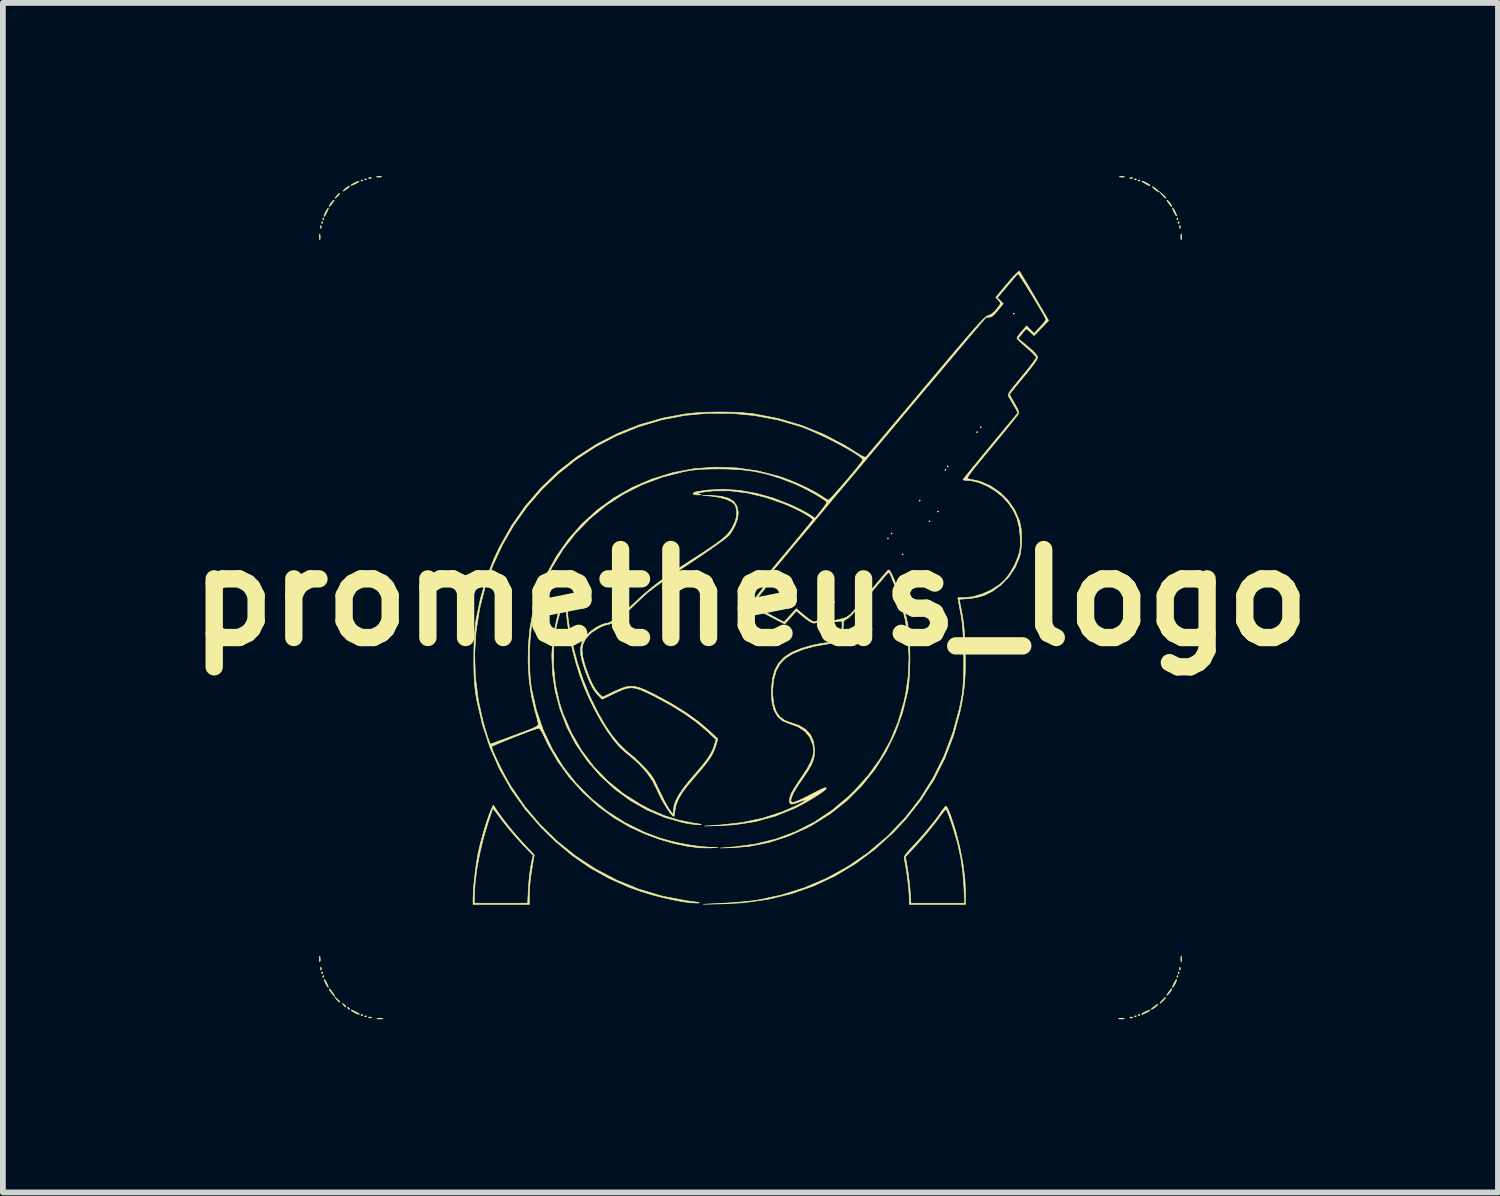
<source format=kicad_pcb>
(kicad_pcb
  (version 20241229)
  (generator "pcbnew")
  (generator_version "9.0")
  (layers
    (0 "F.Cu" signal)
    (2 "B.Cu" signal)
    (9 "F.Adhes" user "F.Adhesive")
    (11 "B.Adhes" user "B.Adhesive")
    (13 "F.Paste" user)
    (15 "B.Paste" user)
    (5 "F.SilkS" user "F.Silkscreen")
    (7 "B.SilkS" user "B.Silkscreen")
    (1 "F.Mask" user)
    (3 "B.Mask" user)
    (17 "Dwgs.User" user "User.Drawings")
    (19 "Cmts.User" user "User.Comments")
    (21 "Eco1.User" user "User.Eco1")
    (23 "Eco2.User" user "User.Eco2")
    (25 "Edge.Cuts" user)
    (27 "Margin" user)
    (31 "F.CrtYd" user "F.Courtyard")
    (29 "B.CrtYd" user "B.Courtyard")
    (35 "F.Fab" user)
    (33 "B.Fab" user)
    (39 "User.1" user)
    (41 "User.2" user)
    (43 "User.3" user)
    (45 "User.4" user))
  (footprint "prometheus_logo"
    (layer "F.Cu")
    (at 9.95 7.304)
    (property "Reference" "prometheus_logo" (at 0 0 0) (layer "F.SilkS") (effects (font (size 1.524 1.524) (thickness 0.3))))
    (attr through_hole)
    (fp_poly (pts (xy 1.397 0.159) (xy 1.386 0.169) (xy 1.376 0.159) (xy 1.386 0.148) (xy 1.397 0.159)) (stroke (width 0.01) (type solid)) (fill yes) (layer "F.SilkS"))
    (fp_poly (pts (xy 1.46 0.074) (xy 1.45 0.085) (xy 1.439 0.074) (xy 1.45 0.064) (xy 1.46 0.074)) (stroke (width 0.01) (type solid)) (fill yes) (layer "F.SilkS"))
    (fp_poly (pts (xy 1.841 -0.37) (xy 1.831 -0.36) (xy 1.82 -0.37) (xy 1.831 -0.381) (xy 1.841 -0.37)) (stroke (width 0.01) (type solid)) (fill yes) (layer "F.SilkS"))
    (fp_poly (pts (xy 1.884 -0.434) (xy 1.873 -0.423) (xy 1.863 -0.434) (xy 1.873 -0.445) (xy 1.884 -0.434)) (stroke (width 0.01) (type solid)) (fill yes) (layer "F.SilkS"))
    (fp_poly (pts (xy 2.392 -1.027) (xy 2.381 -1.016) (xy 2.371 -1.027) (xy 2.381 -1.037) (xy 2.392 -1.027)) (stroke (width 0.01) (type solid)) (fill yes) (layer "F.SilkS"))
    (fp_poly (pts (xy 2.455 -1.111) (xy 2.445 -1.101) (xy 2.434 -1.111) (xy 2.445 -1.122) (xy 2.455 -1.111)) (stroke (width 0.01) (type solid)) (fill yes) (layer "F.SilkS"))
    (fp_poly (pts (xy 2.646 -0.751) (xy 2.635 -0.741) (xy 2.625 -0.751) (xy 2.635 -0.762) (xy 2.646 -0.751)) (stroke (width 0.01) (type solid)) (fill yes) (layer "F.SilkS"))
    (fp_poly (pts (xy 2.942 -1.683) (xy 2.932 -1.672) (xy 2.921 -1.683) (xy 2.932 -1.693) (xy 2.942 -1.683)) (stroke (width 0.01) (type solid)) (fill yes) (layer "F.SilkS"))
    (fp_poly (pts (xy 3.111 -1.323) (xy 3.101 -1.312) (xy 3.09 -1.323) (xy 3.101 -1.333) (xy 3.111 -1.323)) (stroke (width 0.01) (type solid)) (fill yes) (layer "F.SilkS"))
    (fp_poly (pts (xy 3.26 -1.492) (xy 3.249 -1.482) (xy 3.239 -1.492) (xy 3.249 -1.503) (xy 3.26 -1.492)) (stroke (width 0.01) (type solid)) (fill yes) (layer "F.SilkS"))
    (fp_poly (pts (xy 3.387 -2.212) (xy 3.376 -2.201) (xy 3.365 -2.212) (xy 3.376 -2.223) (xy 3.387 -2.212)) (stroke (width 0.01) (type solid)) (fill yes) (layer "F.SilkS"))
    (fp_poly (pts (xy 3.429 -2.275) (xy 3.418 -2.265) (xy 3.408 -2.275) (xy 3.418 -2.286) (xy 3.429 -2.275)) (stroke (width 0.01) (type solid)) (fill yes) (layer "F.SilkS"))
    (fp_poly (pts (xy 3.937 -2.868) (xy 3.926 -2.857) (xy 3.916 -2.868) (xy 3.926 -2.879) (xy 3.937 -2.868)) (stroke (width 0.01) (type solid)) (fill yes) (layer "F.SilkS"))
    (fp_poly (pts (xy 4 -2.953) (xy 3.99 -2.942) (xy 3.979 -2.953) (xy 3.99 -2.963) (xy 4 -2.953)) (stroke (width 0.01) (type solid)) (fill yes) (layer "F.SilkS"))
    (fp_poly (pts (xy 4.572 -4.921) (xy 4.561 -4.911) (xy 4.551 -4.921) (xy 4.561 -4.932) (xy 4.572 -4.921)) (stroke (width 0.01) (type solid)) (fill yes) (layer "F.SilkS"))
    (fp_poly (pts (xy -7.436 -6.439) (xy -7.434 -6.406) (xy -7.438 -6.398) (xy -7.447 -6.404) (xy -7.449 -6.426) (xy -7.444 -6.448) (xy -7.436 -6.439)) (stroke (width 0.01) (type solid)) (fill yes) (layer "F.SilkS"))
    (fp_poly (pts (xy -7.436 6.41) (xy -7.434 6.443) (xy -7.438 6.45) (xy -7.447 6.444) (xy -7.449 6.422) (xy -7.444 6.4) (xy -7.436 6.41)) (stroke (width 0.01) (type solid)) (fill yes) (layer "F.SilkS"))
    (fp_poly (pts (xy -7.415 -6.512) (xy -7.413 -6.487) (xy -7.415 -6.484) (xy -7.428 -6.487) (xy -7.429 -6.498) (xy -7.422 -6.516) (xy -7.415 -6.512)) (stroke (width 0.01) (type solid)) (fill yes) (layer "F.SilkS"))
    (fp_poly (pts (xy -7.415 6.484) (xy -7.413 6.509) (xy -7.415 6.512) (xy -7.428 6.509) (xy -7.429 6.498) (xy -7.422 6.481) (xy -7.415 6.484)) (stroke (width 0.01) (type solid)) (fill yes) (layer "F.SilkS"))
    (fp_poly (pts (xy -7.394 -6.576) (xy -7.392 -6.551) (xy -7.394 -6.548) (xy -7.407 -6.55) (xy -7.408 -6.562) (xy -7.401 -6.579) (xy -7.394 -6.576)) (stroke (width 0.01) (type solid)) (fill yes) (layer "F.SilkS"))
    (fp_poly (pts (xy -7.394 6.548) (xy -7.392 6.573) (xy -7.394 6.576) (xy -7.407 6.573) (xy -7.408 6.562) (xy -7.401 6.544) (xy -7.394 6.548)) (stroke (width 0.01) (type solid)) (fill yes) (layer "F.SilkS"))
    (fp_poly (pts (xy -6.717 -7.232) (xy -6.72 -7.219) (xy -6.731 -7.218) (xy -6.748 -7.226) (xy -6.745 -7.232) (xy -6.72 -7.234) (xy -6.717 -7.232)) (stroke (width 0.01) (type solid)) (fill yes) (layer "F.SilkS"))
    (fp_poly (pts (xy -6.717 7.225) (xy -6.72 7.237) (xy -6.731 7.239) (xy -6.748 7.231) (xy -6.745 7.225) (xy -6.72 7.222) (xy -6.717 7.225)) (stroke (width 0.01) (type solid)) (fill yes) (layer "F.SilkS"))
    (fp_poly (pts (xy -6.653 -7.253) (xy -6.656 -7.241) (xy -6.668 -7.239) (xy -6.685 -7.247) (xy -6.682 -7.253) (xy -6.656 -7.256) (xy -6.653 -7.253)) (stroke (width 0.01) (type solid)) (fill yes) (layer "F.SilkS"))
    (fp_poly (pts (xy -6.653 7.246) (xy -6.656 7.259) (xy -6.668 7.26) (xy -6.685 7.252) (xy -6.682 7.246) (xy -6.656 7.244) (xy -6.653 7.246)) (stroke (width 0.01) (type solid)) (fill yes) (layer "F.SilkS"))
    (fp_poly (pts (xy -6.567 -7.273) (xy -6.574 -7.263) (xy -6.595 -7.262) (xy -6.618 -7.267) (xy -6.608 -7.275) (xy -6.575 -7.277) (xy -6.567 -7.273)) (stroke (width 0.01) (type solid)) (fill yes) (layer "F.SilkS"))
    (fp_poly (pts (xy -6.567 7.269) (xy -6.574 7.278) (xy -6.595 7.28) (xy -6.618 7.274) (xy -6.608 7.267) (xy -6.575 7.264) (xy -6.567 7.269)) (stroke (width 0.01) (type solid)) (fill yes) (layer "F.SilkS"))
    (fp_poly (pts (xy 6.619 -7.273) (xy 6.613 -7.263) (xy 6.592 -7.262) (xy 6.569 -7.267) (xy 6.579 -7.275) (xy 6.612 -7.277) (xy 6.619 -7.273)) (stroke (width 0.01) (type solid)) (fill yes) (layer "F.SilkS"))
    (fp_poly (pts (xy 6.619 7.269) (xy 6.613 7.278) (xy 6.592 7.28) (xy 6.569 7.274) (xy 6.579 7.267) (xy 6.612 7.264) (xy 6.619 7.269)) (stroke (width 0.01) (type solid)) (fill yes) (layer "F.SilkS"))
    (fp_poly (pts (xy 6.682 -7.253) (xy 6.679 -7.241) (xy 6.668 -7.239) (xy 6.65 -7.247) (xy 6.653 -7.253) (xy 6.679 -7.256) (xy 6.682 -7.253)) (stroke (width 0.01) (type solid)) (fill yes) (layer "F.SilkS"))
    (fp_poly (pts (xy 6.682 7.246) (xy 6.679 7.259) (xy 6.668 7.26) (xy 6.65 7.252) (xy 6.653 7.246) (xy 6.679 7.244) (xy 6.682 7.246)) (stroke (width 0.01) (type solid)) (fill yes) (layer "F.SilkS"))
    (fp_poly (pts (xy 6.745 -7.232) (xy 6.742 -7.219) (xy 6.731 -7.218) (xy 6.714 -7.226) (xy 6.717 -7.232) (xy 6.742 -7.234) (xy 6.745 -7.232)) (stroke (width 0.01) (type solid)) (fill yes) (layer "F.SilkS"))
    (fp_poly (pts (xy 6.745 7.225) (xy 6.742 7.237) (xy 6.731 7.239) (xy 6.714 7.231) (xy 6.717 7.225) (xy 6.742 7.222) (xy 6.745 7.225)) (stroke (width 0.01) (type solid)) (fill yes) (layer "F.SilkS"))
    (fp_poly (pts (xy 7.401 -6.576) (xy 7.404 -6.551) (xy 7.401 -6.548) (xy 7.389 -6.55) (xy 7.387 -6.562) (xy 7.395 -6.579) (xy 7.401 -6.576)) (stroke (width 0.01) (type solid)) (fill yes) (layer "F.SilkS"))
    (fp_poly (pts (xy 7.401 6.548) (xy 7.404 6.573) (xy 7.401 6.576) (xy 7.389 6.573) (xy 7.387 6.562) (xy 7.395 6.544) (xy 7.401 6.548)) (stroke (width 0.01) (type solid)) (fill yes) (layer "F.SilkS"))
    (fp_poly (pts (xy 7.422 -6.512) (xy 7.425 -6.487) (xy 7.422 -6.484) (xy 7.41 -6.487) (xy 7.408 -6.498) (xy 7.416 -6.516) (xy 7.422 -6.512)) (stroke (width 0.01) (type solid)) (fill yes) (layer "F.SilkS"))
    (fp_poly (pts (xy 7.422 6.484) (xy 7.425 6.509) (xy 7.422 6.512) (xy 7.41 6.509) (xy 7.408 6.498) (xy 7.416 6.481) (xy 7.422 6.484)) (stroke (width 0.01) (type solid)) (fill yes) (layer "F.SilkS"))
    (fp_poly (pts (xy 7.444 -6.439) (xy 7.446 -6.406) (xy 7.442 -6.398) (xy 7.433 -6.404) (xy 7.431 -6.426) (xy 7.436 -6.448) (xy 7.444 -6.439)) (stroke (width 0.01) (type solid)) (fill yes) (layer "F.SilkS"))
    (fp_poly (pts (xy 7.444 6.41) (xy 7.446 6.443) (xy 7.442 6.45) (xy 7.433 6.444) (xy 7.431 6.422) (xy 7.436 6.4) (xy 7.444 6.41)) (stroke (width 0.01) (type solid)) (fill yes) (layer "F.SilkS"))
    (fp_poly (pts (xy -7.16 6.951) (xy -7.126 6.982) (xy -7.112 6.999) (xy -7.122 7.004) (xy -7.152 6.976) (xy -7.167 6.959) (xy -7.207 6.911) (xy -7.16 6.951)) (stroke (width 0.01) (type solid)) (fill yes) (layer "F.SilkS"))
    (fp_poly (pts (xy -6.967 7.099) (xy -6.945 7.119) (xy -6.943 7.124) (xy -6.953 7.133) (xy -6.974 7.113) (xy -6.976 7.109) (xy -6.979 7.094) (xy -6.967 7.099)) (stroke (width 0.01) (type solid)) (fill yes) (layer "F.SilkS"))
    (fp_poly (pts (xy -7.457 -6.292) (xy -7.453 -6.236) (xy -7.457 -6.207) (xy -7.463 -6.202) (xy -7.466 -6.232) (xy -7.466 -6.255) (xy -7.464 -6.296) (xy -7.46 -6.302) (xy -7.457 -6.292)) (stroke (width 0.01) (type solid)) (fill yes) (layer "F.SilkS"))
    (fp_poly (pts (xy -7.457 6.218) (xy -7.453 6.273) (xy -7.457 6.303) (xy -7.463 6.308) (xy -7.466 6.277) (xy -7.466 6.255) (xy -7.464 6.214) (xy -7.46 6.208) (xy -7.457 6.218)) (stroke (width 0.01) (type solid)) (fill yes) (layer "F.SilkS"))
    (fp_poly (pts (xy -7.12 -6.993) (xy -7.144 -6.964) (xy -7.176 -6.933) (xy -7.193 -6.921) (xy -7.188 -6.935) (xy -7.165 -6.964) (xy -7.133 -6.995) (xy -7.116 -7.006) (xy -7.12 -6.993)) (stroke (width 0.01) (type solid)) (fill yes) (layer "F.SilkS"))
    (fp_poly (pts (xy -7.059 7.034) (xy -7.043 7.046) (xy -7.01 7.077) (xy -7.01 7.09) (xy -7.014 7.091) (xy -7.032 7.076) (xy -7.051 7.054) (xy -7.07 7.029) (xy -7.059 7.034)) (stroke (width 0.01) (type solid)) (fill yes) (layer "F.SilkS"))
    (fp_poly (pts (xy -6.398 -7.296) (xy -6.391 -7.29) (xy -6.42 -7.286) (xy -6.435 -7.286) (xy -6.473 -7.288) (xy -6.478 -7.294) (xy -6.472 -7.296) (xy -6.418 -7.299) (xy -6.398 -7.296)) (stroke (width 0.01) (type solid)) (fill yes) (layer "F.SilkS"))
    (fp_poly (pts (xy -6.376 7.288) (xy -6.371 7.294) (xy -6.402 7.297) (xy -6.424 7.297) (xy -6.465 7.295) (xy -6.471 7.29) (xy -6.461 7.288) (xy -6.406 7.284) (xy -6.376 7.288)) (stroke (width 0.01) (type solid)) (fill yes) (layer "F.SilkS"))
    (fp_poly (pts (xy 6.472 -7.296) (xy 6.478 -7.29) (xy 6.449 -7.286) (xy 6.435 -7.286) (xy 6.396 -7.288) (xy 6.392 -7.294) (xy 6.398 -7.296) (xy 6.451 -7.299) (xy 6.472 -7.296)) (stroke (width 0.01) (type solid)) (fill yes) (layer "F.SilkS"))
    (fp_poly (pts (xy 6.472 7.288) (xy 6.477 7.294) (xy 6.447 7.297) (xy 6.424 7.297) (xy 6.383 7.295) (xy 6.377 7.29) (xy 6.387 7.288) (xy 6.442 7.284) (xy 6.472 7.288)) (stroke (width 0.01) (type solid)) (fill yes) (layer "F.SilkS"))
    (fp_poly (pts (xy 7.138 -6.987) (xy 7.176 -6.951) (xy 7.196 -6.93) (xy 7.197 -6.928) (xy 7.189 -6.923) (xy 7.163 -6.946) (xy 7.132 -6.98) (xy 7.08 -7.038) (xy 7.138 -6.987)) (stroke (width 0.01) (type solid)) (fill yes) (layer "F.SilkS"))
    (fp_poly (pts (xy 7.466 -6.292) (xy 7.469 -6.236) (xy 7.465 -6.207) (xy 7.459 -6.202) (xy 7.456 -6.232) (xy 7.456 -6.255) (xy 7.458 -6.296) (xy 7.463 -6.302) (xy 7.466 -6.292)) (stroke (width 0.01) (type solid)) (fill yes) (layer "F.SilkS"))
    (fp_poly (pts (xy 7.466 6.218) (xy 7.469 6.273) (xy 7.465 6.303) (xy 7.459 6.308) (xy 7.456 6.277) (xy 7.456 6.255) (xy 7.458 6.214) (xy 7.463 6.208) (xy 7.466 6.218)) (stroke (width 0.01) (type solid)) (fill yes) (layer "F.SilkS"))
    (fp_poly (pts (xy -7.224 -6.864) (xy -7.239 -6.842) (xy -7.277 -6.793) (xy -7.296 -6.775) (xy -7.295 -6.788) (xy -7.283 -6.812) (xy -7.249 -6.858) (xy -7.226 -6.881) (xy -7.211 -6.887) (xy -7.224 -6.864)) (stroke (width 0.01) (type solid)) (fill yes) (layer "F.SilkS"))
    (fp_poly (pts (xy -7.369 6.624) (xy -7.346 6.663) (xy -7.338 6.678) (xy -7.316 6.733) (xy -7.314 6.751) (xy -7.331 6.731) (xy -7.356 6.687) (xy -7.377 6.641) (xy -7.383 6.614) (xy -7.382 6.613) (xy -7.369 6.624)) (stroke (width 0.01) (type solid)) (fill yes) (layer "F.SilkS"))
    (fp_poly (pts (xy -7.281 6.789) (xy -7.25 6.826) (xy -7.242 6.837) (xy -7.212 6.882) (xy -7.205 6.9) (xy -7.221 6.887) (xy -7.243 6.863) (xy -7.277 6.82) (xy -7.297 6.786) (xy -7.297 6.773) (xy -7.281 6.789)) (stroke (width 0.01) (type solid)) (fill yes) (layer "F.SilkS"))
    (fp_poly (pts (xy -6.943 -7.127) (xy -6.958 -7.111) (xy -6.996 -7.081) (xy -7.011 -7.07) (xy -7.049 -7.045) (xy -7.057 -7.046) (xy -7.05 -7.056) (xy -7.02 -7.085) (xy -6.983 -7.113) (xy -6.953 -7.129) (xy -6.943 -7.127)) (stroke (width 0.01) (type solid)) (fill yes) (layer "F.SilkS"))
    (fp_poly (pts (xy -6.891 7.149) (xy -6.853 7.167) (xy -6.796 7.197) (xy -6.774 7.212) (xy -6.781 7.217) (xy -6.786 7.217) (xy -6.817 7.207) (xy -6.863 7.185) (xy -6.91 7.155) (xy -6.919 7.142) (xy -6.891 7.149)) (stroke (width 0.01) (type solid)) (fill yes) (layer "F.SilkS"))
    (fp_poly (pts (xy 7.057 7.046) (xy 7.05 7.056) (xy 7.02 7.085) (xy 6.983 7.113) (xy 6.953 7.129) (xy 6.943 7.127) (xy 6.958 7.111) (xy 6.996 7.081) (xy 7.011 7.07) (xy 7.049 7.045) (xy 7.057 7.046)) (stroke (width 0.01) (type solid)) (fill yes) (layer "F.SilkS"))
    (fp_poly (pts (xy 7.226 -6.881) (xy 7.255 -6.851) (xy 7.282 -6.814) (xy 7.298 -6.784) (xy 7.297 -6.773) (xy 7.281 -6.789) (xy 7.25 -6.827) (xy 7.239 -6.842) (xy 7.214 -6.88) (xy 7.215 -6.888) (xy 7.226 -6.881)) (stroke (width 0.01) (type solid)) (fill yes) (layer "F.SilkS"))
    (fp_poly (pts (xy 7.297 6.787) (xy 7.278 6.819) (xy 7.25 6.856) (xy 7.226 6.881) (xy 7.211 6.887) (xy 7.224 6.864) (xy 7.239 6.842) (xy 7.272 6.799) (xy 7.294 6.775) (xy 7.297 6.773) (xy 7.297 6.787)) (stroke (width 0.01) (type solid)) (fill yes) (layer "F.SilkS"))
    (fp_poly (pts (xy -6.782 -7.213) (xy -6.794 -7.199) (xy -6.833 -7.177) (xy -6.848 -7.169) (xy -6.894 -7.149) (xy -6.92 -7.142) (xy -6.921 -7.144) (xy -6.905 -7.159) (xy -6.866 -7.182) (xy -6.822 -7.203) (xy -6.789 -7.213) (xy -6.782 -7.213)) (stroke (width 0.01) (type solid)) (fill yes) (layer "F.SilkS"))
    (fp_poly (pts (xy 6.976 -7.115) (xy 7.009 -7.094) (xy 7.043 -7.065) (xy 7.066 -7.039) (xy 7.068 -7.028) (xy 7.067 -7.028) (xy 7.047 -7.041) (xy 7.009 -7.072) (xy 6.996 -7.083) (xy 6.964 -7.112) (xy 6.965 -7.12) (xy 6.976 -7.115)) (stroke (width 0.01) (type solid)) (fill yes) (layer "F.SilkS"))
    (fp_poly (pts (xy 7.329 -6.735) (xy 7.351 -6.697) (xy 7.372 -6.652) (xy 7.383 -6.62) (xy 7.382 -6.613) (xy 7.369 -6.624) (xy 7.346 -6.663) (xy 7.338 -6.678) (xy 7.318 -6.725) (xy 7.312 -6.751) (xy 7.313 -6.752) (xy 7.329 -6.735)) (stroke (width 0.01) (type solid)) (fill yes) (layer "F.SilkS"))
    (fp_poly (pts (xy 7.382 6.613) (xy 7.379 6.635) (xy 7.362 6.676) (xy 7.339 6.719) (xy 7.319 6.748) (xy 7.313 6.752) (xy 7.315 6.735) (xy 7.331 6.694) (xy 7.338 6.678) (xy 7.363 6.634) (xy 7.379 6.613) (xy 7.382 6.613)) (stroke (width 0.01) (type solid)) (fill yes) (layer "F.SilkS"))
    (fp_poly (pts (xy -7.314 -6.736) (xy -7.331 -6.695) (xy -7.336 -6.683) (xy -7.366 -6.627) (xy -7.382 -6.604) (xy -7.387 -6.61) (xy -7.387 -6.612) (xy -7.378 -6.641) (xy -7.357 -6.685) (xy -7.333 -6.727) (xy -7.315 -6.751) (xy -7.312 -6.752) (xy -7.314 -6.736)) (stroke (width 0.01) (type solid)) (fill yes) (layer "F.SilkS"))
    (fp_poly (pts (xy 6.809 -7.209) (xy 6.853 -7.189) (xy 6.895 -7.165) (xy 6.92 -7.146) (xy 6.921 -7.143) (xy 6.92 -7.136) (xy 6.907 -7.138) (xy 6.874 -7.155) (xy 6.837 -7.176) (xy 6.795 -7.201) (xy 6.778 -7.215) (xy 6.78 -7.217) (xy 6.809 -7.209)) (stroke (width 0.01) (type solid)) (fill yes) (layer "F.SilkS"))
    (fp_poly (pts (xy 6.921 7.143) (xy 6.905 7.158) (xy 6.866 7.182) (xy 6.821 7.204) (xy 6.787 7.217) (xy 6.781 7.218) (xy 6.774 7.211) (xy 6.775 7.21) (xy 6.803 7.192) (xy 6.846 7.171) (xy 6.889 7.151) (xy 6.918 7.142) (xy 6.921 7.143)) (stroke (width 0.01) (type solid)) (fill yes) (layer "F.SilkS"))
    (fp_poly (pts (xy 7.188 6.935) (xy 7.161 6.967) (xy 7.154 6.974) (xy 7.118 7.01) (xy 7.095 7.027) (xy 7.094 7.027) (xy 7.1 7.014) (xy 7.127 6.981) (xy 7.133 6.974) (xy 7.169 6.939) (xy 7.192 6.922) (xy 7.193 6.921) (xy 7.188 6.935)) (stroke (width 0.01) (type solid)) (fill yes) (layer "F.SilkS"))
    (fp_poly (pts (xy -4.379 3.707) (xy -4.295 3.824) (xy -4.189 3.96) (xy -4.068 4.105) (xy -3.941 4.247) (xy -3.895 4.297) (xy -3.746 4.455) (xy -3.788 4.707) (xy -3.806 4.827) (xy -3.82 4.954) (xy -3.829 5.07) (xy -3.831 5.136) (xy -3.831 5.313) (xy -4.805 5.313) (xy -4.805 5.212) (xy -4.804 5.199) (xy -4.784 5.199) (xy -4.784 5.292) (xy -3.859 5.292) (xy -3.847 5.043) (xy -3.838 4.923) (xy -3.826 4.799) (xy -3.811 4.688) (xy -3.8 4.629) (xy -3.765 4.463) (xy -3.953 4.267) (xy -4.047 4.165) (xy -4.149 4.046) (xy -4.246 3.929) (xy -4.302 3.857) (xy -4.462 3.644) (xy -4.558 3.933) (xy -4.63 4.179) (xy -4.691 4.436) (xy -4.739 4.693) (xy -4.77 4.938) (xy -4.783 5.161) (xy -4.784 5.199) (xy -4.804 5.199) (xy -4.801 5.098) (xy -4.79 4.955) (xy -4.773 4.799) (xy -4.753 4.641) (xy -4.73 4.496) (xy -4.719 4.434) (xy -4.692 4.313) (xy -4.656 4.175) (xy -4.615 4.032) (xy -4.573 3.894) (xy -4.532 3.774) (xy -4.496 3.683) (xy -4.492 3.675) (xy -4.455 3.593) (xy -4.379 3.707)) (stroke (width 0.01) (type solid)) (fill yes) (layer "F.SilkS"))
    (fp_poly (pts (xy 3.4 3.623) (xy 3.424 3.669) (xy 3.454 3.738) (xy 3.471 3.784) (xy 3.557 4.049) (xy 3.627 4.327) (xy 3.68 4.605) (xy 3.714 4.872) (xy 3.725 5.112) (xy 3.725 5.313) (xy 2.752 5.313) (xy 2.751 5.191) (xy 2.747 5.112) (xy 2.738 5.004) (xy 2.724 4.881) (xy 2.707 4.757) (xy 2.689 4.645) (xy 2.672 4.558) (xy 2.671 4.551) (xy 2.664 4.517) (xy 2.667 4.488) (xy 2.667 4.486) (xy 2.685 4.486) (xy 2.718 4.682) (xy 2.736 4.8) (xy 2.752 4.934) (xy 2.764 5.06) (xy 2.766 5.085) (xy 2.779 5.292) (xy 3.711 5.292) (xy 3.698 5.011) (xy 3.678 4.75) (xy 3.644 4.507) (xy 3.591 4.261) (xy 3.589 4.254) (xy 3.566 4.17) (xy 3.537 4.074) (xy 3.505 3.971) (xy 3.472 3.872) (xy 3.44 3.784) (xy 3.414 3.714) (xy 3.395 3.671) (xy 3.387 3.662) (xy 3.368 3.678) (xy 3.334 3.719) (xy 3.301 3.762) (xy 3.198 3.901) (xy 3.073 4.055) (xy 2.938 4.212) (xy 2.838 4.323) (xy 2.685 4.486) (xy 2.667 4.486) (xy 2.683 4.456) (xy 2.716 4.413) (xy 2.772 4.351) (xy 2.814 4.307) (xy 2.937 4.172) (xy 3.061 4.029) (xy 3.174 3.889) (xy 3.269 3.763) (xy 3.298 3.721) (xy 3.339 3.665) (xy 3.371 3.623) (xy 3.385 3.61) (xy 3.4 3.623)) (stroke (width 0.01) (type solid)) (fill yes) (layer "F.SilkS"))
    (fp_poly (pts (xy -0.656 -1.77) (xy -0.498 -1.755) (xy -0.377 -1.721) (xy -0.29 -1.666) (xy -0.236 -1.589) (xy -0.213 -1.488) (xy -0.212 -1.456) (xy -0.227 -1.358) (xy -0.268 -1.248) (xy -0.328 -1.14) (xy -0.372 -1.081) (xy -0.405 -1.051) (xy -0.469 -1.001) (xy -0.558 -0.936) (xy -0.667 -0.858) (xy -0.793 -0.771) (xy -0.929 -0.679) (xy -0.984 -0.642) (xy -1.167 -0.521) (xy -1.318 -0.42) (xy -1.443 -0.336) (xy -1.545 -0.266) (xy -1.629 -0.206) (xy -1.699 -0.154) (xy -1.759 -0.107) (xy -1.814 -0.06) (xy -1.867 -0.012) (xy -1.923 0.041) (xy -1.987 0.103) (xy -2.001 0.117) (xy -2.127 0.235) (xy -2.242 0.332) (xy -2.341 0.404) (xy -2.421 0.45) (xy -2.477 0.466) (xy -2.53 0.478) (xy -2.603 0.51) (xy -2.681 0.555) (xy -2.753 0.604) (xy -2.791 0.637) (xy -2.859 0.718) (xy -2.901 0.802) (xy -2.918 0.895) (xy -2.909 1.005) (xy -2.877 1.139) (xy -2.846 1.234) (xy -2.788 1.388) (xy -2.734 1.507) (xy -2.68 1.597) (xy -2.622 1.665) (xy -2.616 1.67) (xy -2.561 1.722) (xy -2.366 1.628) (xy -2.258 1.58) (xy -2.167 1.548) (xy -2.087 1.534) (xy -2.006 1.538) (xy -1.918 1.561) (xy -1.812 1.604) (xy -1.682 1.667) (xy -1.64 1.688) (xy -1.359 1.841) (xy -1.107 1.998) (xy -0.889 2.156) (xy -0.733 2.289) (xy -0.566 2.445) (xy -0.599 2.561) (xy -0.625 2.636) (xy -0.659 2.709) (xy -0.706 2.786) (xy -0.771 2.874) (xy -0.857 2.979) (xy -0.968 3.108) (xy -1.091 3.253) (xy -1.183 3.377) (xy -1.247 3.487) (xy -1.288 3.586) (xy -1.307 3.681) (xy -1.308 3.684) (xy -1.315 3.744) (xy -1.323 3.782) (xy -1.328 3.789) (xy -1.355 3.771) (xy -1.395 3.723) (xy -1.444 3.653) (xy -1.496 3.568) (xy -1.547 3.477) (xy -1.592 3.386) (xy -1.61 3.343) (xy -1.692 3.178) (xy -1.798 3.024) (xy -1.935 2.874) (xy -2.106 2.724) (xy -2.174 2.671) (xy -2.268 2.584) (xy -2.371 2.463) (xy -2.478 2.313) (xy -2.586 2.141) (xy -2.691 1.952) (xy -2.79 1.753) (xy -2.879 1.55) (xy -2.953 1.355) (xy -3.022 1.133) (xy -3.083 0.902) (xy -3.132 0.67) (xy -3.169 0.448) (xy -3.191 0.247) (xy -3.196 0.111) (xy -3.199 0.044) (xy -3.207 0.016) (xy -3.223 0.027) (xy -3.246 0.077) (xy -3.278 0.169) (xy -3.279 0.171) (xy -3.363 0.496) (xy -3.408 0.829) (xy -3.413 1.165) (xy -3.38 1.499) (xy -3.307 1.825) (xy -3.246 2.01) (xy -3.102 2.341) (xy -2.925 2.646) (xy -2.716 2.924) (xy -2.475 3.173) (xy -2.204 3.393) (xy -1.903 3.583) (xy -1.728 3.674) (xy -1.487 3.777) (xy -1.252 3.851) (xy -1.002 3.902) (xy -0.974 3.906) (xy -0.894 3.918) (xy -0.855 3.927) (xy -0.854 3.931) (xy -0.889 3.933) (xy -0.955 3.929) (xy -1.046 3.917) (xy -1.143 3.9) (xy -1.164 3.896) (xy -1.483 3.806) (xy -1.789 3.678) (xy -2.08 3.513) (xy -2.352 3.314) (xy -2.603 3.083) (xy -2.828 2.823) (xy -3.025 2.536) (xy -3.037 2.516) (xy -3.183 2.234) (xy -3.298 1.933) (xy -3.381 1.622) (xy -3.429 1.308) (xy -3.441 0.998) (xy -3.429 0.809) (xy -3.411 0.667) (xy -3.387 0.524) (xy -3.358 0.384) (xy -3.326 0.254) (xy -3.293 0.141) (xy -3.26 0.049) (xy -3.23 -0.013) (xy -3.203 -0.041) (xy -3.197 -0.042) (xy -3.185 -0.023) (xy -3.177 0.031) (xy -3.175 0.091) (xy -3.163 0.326) (xy -3.127 0.586) (xy -3.07 0.86) (xy -2.994 1.139) (xy -2.902 1.414) (xy -2.796 1.676) (xy -2.762 1.751) (xy -2.64 1.996) (xy -2.521 2.203) (xy -2.405 2.377) (xy -2.286 2.522) (xy -2.162 2.644) (xy -2.116 2.682) (xy -2.008 2.773) (xy -1.903 2.872) (xy -1.809 2.97) (xy -1.732 3.06) (xy -1.679 3.135) (xy -1.668 3.155) (xy -1.644 3.205) (xy -1.607 3.282) (xy -1.564 3.372) (xy -1.536 3.429) (xy -1.49 3.521) (xy -1.444 3.605) (xy -1.405 3.669) (xy -1.387 3.694) (xy -1.334 3.757) (xy -1.334 3.691) (xy -1.324 3.608) (xy -1.294 3.518) (xy -1.242 3.418) (xy -1.164 3.303) (xy -1.058 3.169) (xy -0.954 3.049) (xy -0.846 2.923) (xy -0.764 2.818) (xy -0.703 2.729) (xy -0.659 2.647) (xy -0.628 2.566) (xy -0.624 2.551) (xy -0.595 2.457) (xy -0.756 2.307) (xy -0.933 2.158) (xy -1.145 2.006) (xy -1.386 1.857) (xy -1.648 1.715) (xy -1.66 1.709) (xy -1.795 1.643) (xy -1.901 1.596) (xy -1.987 1.569) (xy -2.063 1.559) (xy -2.137 1.568) (xy -2.217 1.593) (xy -2.312 1.635) (xy -2.361 1.658) (xy -2.568 1.758) (xy -2.629 1.7) (xy -2.687 1.634) (xy -2.74 1.552) (xy -2.792 1.445) (xy -2.847 1.306) (xy -2.868 1.249) (xy -2.916 1.097) (xy -2.941 0.974) (xy -2.943 0.871) (xy -2.921 0.782) (xy -2.875 0.698) (xy -2.821 0.633) (xy -2.756 0.574) (xy -2.676 0.518) (xy -2.592 0.474) (xy -2.519 0.448) (xy -2.491 0.445) (xy -2.437 0.429) (xy -2.359 0.384) (xy -2.261 0.311) (xy -2.144 0.215) (xy -2.014 0.096) (xy -1.985 0.068) (xy -1.875 -0.034) (xy -1.764 -0.13) (xy -1.646 -0.225) (xy -1.515 -0.323) (xy -1.365 -0.428) (xy -1.189 -0.545) (xy -0.99 -0.674) (xy -0.822 -0.782) (xy -0.686 -0.872) (xy -0.578 -0.948) (xy -0.493 -1.012) (xy -0.428 -1.07) (xy -0.377 -1.124) (xy -0.337 -1.178) (xy -0.304 -1.237) (xy -0.273 -1.301) (xy -0.244 -1.397) (xy -0.238 -1.494) (xy -0.254 -1.579) (xy -0.278 -1.623) (xy -0.336 -1.668) (xy -0.427 -1.708) (xy -0.541 -1.739) (xy -0.667 -1.759) (xy -0.836 -1.775) (xy -0.656 -1.77)) (stroke (width 0.01) (type solid)) (fill yes) (layer "F.SilkS"))
    (fp_poly (pts (xy 4.673 -5.635) (xy 4.705 -5.582) (xy 4.753 -5.502) (xy 4.812 -5.403) (xy 4.88 -5.288) (xy 4.919 -5.221) (xy 5.165 -4.801) (xy 5.039 -4.671) (xy 4.913 -4.54) (xy 4.853 -4.599) (xy 4.812 -4.635) (xy 4.784 -4.655) (xy 4.781 -4.657) (xy 4.762 -4.642) (xy 4.727 -4.603) (xy 4.703 -4.574) (xy 4.636 -4.491) (xy 4.805 -4.35) (xy 4.893 -4.273) (xy 4.947 -4.215) (xy 4.972 -4.174) (xy 4.974 -4.161) (xy 4.96 -4.126) (xy 4.919 -4.062) (xy 4.853 -3.975) (xy 4.766 -3.866) (xy 4.731 -3.824) (xy 4.653 -3.73) (xy 4.585 -3.648) (xy 4.532 -3.582) (xy 4.498 -3.538) (xy 4.487 -3.522) (xy 4.497 -3.5) (xy 4.524 -3.451) (xy 4.562 -3.384) (xy 4.574 -3.365) (xy 4.618 -3.287) (xy 4.641 -3.234) (xy 4.644 -3.198) (xy 4.639 -3.181) (xy 4.62 -3.156) (xy 4.578 -3.102) (xy 4.516 -3.024) (xy 4.437 -2.926) (xy 4.344 -2.812) (xy 4.24 -2.686) (xy 4.171 -2.603) (xy 4.05 -2.456) (xy 3.953 -2.339) (xy 3.879 -2.247) (xy 3.825 -2.178) (xy 3.789 -2.129) (xy 3.768 -2.095) (xy 3.76 -2.075) (xy 3.764 -2.063) (xy 3.775 -2.059) (xy 3.783 -2.057) (xy 3.975 -2.016) (xy 4.156 -1.938) (xy 4.32 -1.826) (xy 4.462 -1.687) (xy 4.576 -1.524) (xy 4.656 -1.342) (xy 4.665 -1.314) (xy 4.69 -1.185) (xy 4.699 -1.035) (xy 4.692 -0.881) (xy 4.67 -0.74) (xy 4.657 -0.695) (xy 4.584 -0.523) (xy 4.476 -0.362) (xy 4.341 -0.222) (xy 4.186 -0.109) (xy 4.05 -0.042) (xy 3.962 -0.015) (xy 3.856 0.006) (xy 3.771 0.016) (xy 3.615 0.027) (xy 3.629 0.093) (xy 3.659 0.244) (xy 3.682 0.379) (xy 3.698 0.509) (xy 3.709 0.65) (xy 3.716 0.812) (xy 3.719 0.915) (xy 3.723 1.134) (xy 3.719 1.324) (xy 3.708 1.497) (xy 3.688 1.664) (xy 3.658 1.838) (xy 3.627 1.987) (xy 3.516 2.391) (xy 3.367 2.78) (xy 3.179 3.151) (xy 2.953 3.503) (xy 2.691 3.835) (xy 2.477 4.064) (xy 2.159 4.353) (xy 1.822 4.604) (xy 1.466 4.818) (xy 1.093 4.993) (xy 0.703 5.129) (xy 0.297 5.226) (xy -0.125 5.284) (xy -0.445 5.302) (xy -0.815 5.31) (xy -0.455 5.292) (xy -0.316 5.283) (xy -0.172 5.272) (xy -0.037 5.259) (xy 0.075 5.246) (xy 0.116 5.24) (xy 0.533 5.152) (xy 0.936 5.025) (xy 1.322 4.86) (xy 1.688 4.658) (xy 2.034 4.421) (xy 2.355 4.15) (xy 2.39 4.117) (xy 2.684 3.808) (xy 2.942 3.476) (xy 3.165 3.121) (xy 3.353 2.743) (xy 3.504 2.343) (xy 3.62 1.921) (xy 3.665 1.693) (xy 3.678 1.592) (xy 3.687 1.458) (xy 3.693 1.3) (xy 3.695 1.127) (xy 3.694 0.949) (xy 3.69 0.773) (xy 3.683 0.611) (xy 3.672 0.47) (xy 3.658 0.359) (xy 3.655 0.339) (xy 3.637 0.243) (xy 3.62 0.155) (xy 3.608 0.089) (xy 3.605 0.069) (xy 3.593 -0.000001) (xy 3.71 0) (xy 3.856 -0.017) (xy 4.013 -0.063) (xy 4.167 -0.132) (xy 4.305 -0.22) (xy 4.406 -0.309) (xy 4.499 -0.431) (xy 4.581 -0.578) (xy 4.637 -0.714) (xy 4.66 -0.791) (xy 4.672 -0.863) (xy 4.676 -0.945) (xy 4.673 -1.053) (xy 4.673 -1.055) (xy 4.655 -1.228) (xy 4.617 -1.375) (xy 4.554 -1.511) (xy 4.469 -1.637) (xy 4.366 -1.75) (xy 4.24 -1.851) (xy 4.1 -1.935) (xy 3.957 -1.996) (xy 3.821 -2.028) (xy 3.764 -2.032) (xy 3.712 -2.035) (xy 3.684 -2.042) (xy 3.683 -2.044) (xy 3.696 -2.062) (xy 3.733 -2.11) (xy 3.791 -2.182) (xy 3.867 -2.275) (xy 3.958 -2.386) (xy 4.061 -2.511) (xy 4.159 -2.63) (xy 4.635 -3.204) (xy 4.569 -3.322) (xy 4.529 -3.391) (xy 4.494 -3.451) (xy 4.475 -3.482) (xy 4.467 -3.499) (xy 4.468 -3.521) (xy 4.482 -3.551) (xy 4.511 -3.594) (xy 4.559 -3.656) (xy 4.629 -3.742) (xy 4.7 -3.828) (xy 4.78 -3.925) (xy 4.849 -4.013) (xy 4.904 -4.085) (xy 4.94 -4.137) (xy 4.953 -4.161) (xy 4.938 -4.186) (xy 4.896 -4.231) (xy 4.836 -4.288) (xy 4.784 -4.334) (xy 4.714 -4.395) (xy 4.658 -4.447) (xy 4.623 -4.484) (xy 4.615 -4.498) (xy 4.629 -4.524) (xy 4.663 -4.57) (xy 4.7 -4.614) (xy 4.783 -4.709) (xy 4.914 -4.578) (xy 5.02 -4.691) (xy 5.071 -4.748) (xy 5.106 -4.794) (xy 5.119 -4.82) (xy 5.119 -4.822) (xy 5.1 -4.861) (xy 5.064 -4.926) (xy 5.016 -5.009) (xy 4.959 -5.105) (xy 4.897 -5.208) (xy 4.833 -5.311) (xy 4.773 -5.409) (xy 4.718 -5.494) (xy 4.674 -5.56) (xy 4.644 -5.603) (xy 4.633 -5.615) (xy 4.613 -5.593) (xy 4.573 -5.546) (xy 4.517 -5.48) (xy 4.451 -5.402) (xy 4.447 -5.397) (xy 4.277 -5.196) (xy 4.328 -5.145) (xy 4.379 -5.094) (xy 4.28 -4.972) (xy 4.219 -4.903) (xy 4.176 -4.867) (xy 4.144 -4.861) (xy 4.142 -4.861) (xy 4.096 -4.857) (xy 4.07 -4.844) (xy 4.053 -4.825) (xy 4.012 -4.776) (xy 3.946 -4.7) (xy 3.859 -4.597) (xy 3.753 -4.472) (xy 3.629 -4.325) (xy 3.489 -4.159) (xy 3.336 -3.977) (xy 3.17 -3.78) (xy 2.994 -3.572) (xy 2.81 -3.353) (xy 2.62 -3.128) (xy 2.426 -2.896) (xy 2.229 -2.662) (xy 2.032 -2.428) (xy 1.836 -2.194) (xy 1.643 -1.965) (xy 1.455 -1.742) (xy 1.275 -1.527) (xy 1.104 -1.322) (xy 0.943 -1.131) (xy 0.795 -0.955) (xy 0.662 -0.796) (xy 0.546 -0.656) (xy 0.448 -0.539) (xy 0.371 -0.446) (xy 0.316 -0.38) (xy 0.285 -0.342) (xy 0.28 -0.335) (xy 0.263 -0.29) (xy 0.275 -0.254) (xy 0.283 -0.23) (xy 0.276 -0.2) (xy 0.25 -0.159) (xy 0.202 -0.098) (xy 0.17 -0.059) (xy 0.114 0.009) (xy 0.071 0.067) (xy 0.046 0.106) (xy 0.042 0.116) (xy 0.06 0.139) (xy 0.104 0.17) (xy 0.132 0.186) (xy 0.192 0.217) (xy 0.275 0.26) (xy 0.366 0.309) (xy 0.402 0.328) (xy 0.582 0.424) (xy 0.688 0.306) (xy 0.794 0.189) (xy 0.931 0.306) (xy 1.015 0.373) (xy 1.076 0.41) (xy 1.12 0.419) (xy 1.152 0.403) (xy 1.169 0.381) (xy 1.207 0.344) (xy 1.246 0.348) (xy 1.27 0.37) (xy 1.314 0.394) (xy 1.39 0.399) (xy 1.488 0.388) (xy 1.591 0.363) (xy 1.629 0.352) (xy 1.662 0.338) (xy 1.693 0.319) (xy 1.729 0.29) (xy 1.771 0.247) (xy 1.826 0.186) (xy 1.897 0.102) (xy 1.988 -0.008) (xy 2.043 -0.074) (xy 2.135 -0.185) (xy 2.219 -0.285) (xy 2.29 -0.369) (xy 2.345 -0.433) (xy 2.38 -0.472) (xy 2.39 -0.482) (xy 2.411 -0.469) (xy 2.441 -0.42) (xy 2.477 -0.343) (xy 2.517 -0.242) (xy 2.56 -0.125) (xy 2.602 0.003) (xy 2.643 0.135) (xy 2.68 0.267) (xy 2.71 0.391) (xy 2.723 0.455) (xy 2.741 0.581) (xy 2.754 0.737) (xy 2.76 0.912) (xy 2.761 1.096) (xy 2.757 1.276) (xy 2.746 1.442) (xy 2.731 1.581) (xy 2.724 1.619) (xy 2.635 1.988) (xy 2.509 2.339) (xy 2.348 2.669) (xy 2.153 2.976) (xy 1.926 3.259) (xy 1.669 3.515) (xy 1.383 3.742) (xy 1.07 3.937) (xy 0.978 3.986) (xy 0.646 4.134) (xy 0.314 4.241) (xy -0.018 4.306) (xy -0.275 4.328) (xy -0.519 4.336) (xy -0.29 4.318) (xy 0.086 4.268) (xy 0.444 4.18) (xy 0.786 4.052) (xy 1.11 3.886) (xy 1.416 3.682) (xy 1.703 3.44) (xy 1.789 3.357) (xy 2.038 3.081) (xy 2.247 2.792) (xy 2.42 2.485) (xy 2.556 2.157) (xy 2.659 1.805) (xy 2.687 1.677) (xy 2.733 1.366) (xy 2.747 1.042) (xy 2.73 0.715) (xy 2.684 0.393) (xy 2.61 0.086) (xy 2.519 -0.169) (xy 2.484 -0.253) (xy 2.454 -0.328) (xy 2.433 -0.381) (xy 2.43 -0.387) (xy 2.41 -0.427) (xy 2.392 -0.44) (xy 2.391 -0.44) (xy 2.374 -0.423) (xy 2.333 -0.377) (xy 2.274 -0.308) (xy 2.199 -0.22) (xy 2.113 -0.118) (xy 2.052 -0.044) (xy 1.935 0.094) (xy 1.836 0.206) (xy 1.758 0.291) (xy 1.7 0.346) (xy 1.669 0.368) (xy 1.63 0.387) (xy 1.613 0.418) (xy 1.609 0.474) (xy 1.609 0.482) (xy 1.596 0.601) (xy 1.557 0.691) (xy 1.488 0.753) (xy 1.386 0.793) (xy 1.309 0.806) (xy 1.097 0.843) (xy 0.903 0.898) (xy 0.736 0.967) (xy 0.61 1.044) (xy 0.515 1.139) (xy 0.445 1.266) (xy 0.401 1.421) (xy 0.384 1.599) (xy 0.385 1.681) (xy 0.403 1.841) (xy 0.442 1.966) (xy 0.504 2.059) (xy 0.591 2.125) (xy 0.685 2.16) (xy 0.841 2.213) (xy 0.959 2.285) (xy 1.042 2.377) (xy 1.092 2.492) (xy 1.11 2.633) (xy 1.11 2.647) (xy 1.106 2.732) (xy 1.088 2.813) (xy 1.053 2.897) (xy 0.998 2.994) (xy 0.919 3.11) (xy 0.895 3.145) (xy 0.809 3.271) (xy 0.746 3.378) (xy 0.709 3.463) (xy 0.699 3.513) (xy 0.706 3.538) (xy 0.729 3.547) (xy 0.774 3.538) (xy 0.844 3.51) (xy 0.943 3.462) (xy 1.027 3.42) (xy 1.137 3.363) (xy 1.215 3.324) (xy 1.266 3.301) (xy 1.296 3.292) (xy 1.309 3.294) (xy 1.312 3.303) (xy 1.295 3.326) (xy 1.247 3.364) (xy 1.175 3.413) (xy 1.087 3.469) (xy 0.989 3.527) (xy 0.889 3.583) (xy 0.793 3.633) (xy 0.756 3.651) (xy 0.422 3.785) (xy 0.078 3.879) (xy -0.279 3.933) (xy -0.508 3.947) (xy -0.794 3.955) (xy -0.529 3.938) (xy -0.143 3.895) (xy 0.218 3.819) (xy 0.552 3.71) (xy 0.804 3.599) (xy 0.892 3.552) (xy 0.946 3.52) (xy 0.964 3.504) (xy 0.947 3.503) (xy 0.892 3.52) (xy 0.85 3.535) (xy 0.768 3.565) (xy 0.716 3.575) (xy 0.689 3.566) (xy 0.678 3.536) (xy 0.677 3.513) (xy 0.681 3.472) (xy 0.693 3.428) (xy 0.717 3.375) (xy 0.757 3.306) (xy 0.814 3.216) (xy 0.894 3.097) (xy 0.9 3.089) (xy 0.987 2.954) (xy 1.046 2.842) (xy 1.081 2.746) (xy 1.094 2.658) (xy 1.086 2.571) (xy 1.08 2.543) (xy 1.029 2.417) (xy 0.943 2.314) (xy 0.823 2.234) (xy 0.668 2.178) (xy 0.667 2.178) (xy 0.555 2.132) (xy 0.469 2.056) (xy 0.409 1.949) (xy 0.373 1.809) (xy 0.362 1.636) (xy 0.364 1.58) (xy 0.382 1.402) (xy 0.423 1.253) (xy 0.491 1.13) (xy 0.589 1.028) (xy 0.719 0.945) (xy 0.885 0.877) (xy 1.033 0.834) (xy 1.129 0.812) (xy 1.218 0.794) (xy 1.288 0.784) (xy 1.31 0.783) (xy 1.414 0.763) (xy 1.498 0.71) (xy 1.558 0.629) (xy 1.586 0.526) (xy 1.587 0.496) (xy 1.587 0.405) (xy 1.439 0.417) (xy 1.354 0.422) (xy 1.3 0.418) (xy 1.265 0.405) (xy 1.253 0.395) (xy 1.222 0.373) (xy 1.198 0.382) (xy 1.179 0.403) (xy 1.138 0.435) (xy 1.091 0.44) (xy 1.03 0.414) (xy 0.951 0.358) (xy 0.925 0.336) (xy 0.795 0.228) (xy 0.594 0.455) (xy 0.369 0.339) (xy 0.245 0.274) (xy 0.154 0.226) (xy 0.092 0.19) (xy 0.052 0.163) (xy 0.03 0.141) (xy 0.022 0.123) (xy 0.021 0.114) (xy 0.034 0.082) (xy 0.068 0.028) (xy 0.117 -0.038) (xy 0.138 -0.064) (xy 0.196 -0.137) (xy 0.229 -0.189) (xy 0.244 -0.229) (xy 0.243 -0.265) (xy 0.243 -0.267) (xy 0.242 -0.287) (xy 0.248 -0.311) (xy 0.264 -0.342) (xy 0.292 -0.385) (xy 0.335 -0.444) (xy 0.397 -0.521) (xy 0.478 -0.62) (xy 0.584 -0.746) (xy 0.655 -0.831) (xy 0.76 -0.956) (xy 0.855 -1.071) (xy 0.938 -1.172) (xy 1.005 -1.254) (xy 1.052 -1.314) (xy 1.077 -1.348) (xy 1.079 -1.354) (xy 1.061 -1.377) (xy 1.011 -1.413) (xy 0.936 -1.458) (xy 0.844 -1.508) (xy 0.741 -1.558) (xy 0.635 -1.606) (xy 0.582 -1.628) (xy 0.259 -1.74) (xy -0.053 -1.815) (xy -0.353 -1.852) (xy -0.638 -1.851) (xy -0.741 -1.841) (xy -0.838 -1.827) (xy -0.896 -1.817) (xy -0.919 -1.808) (xy -0.91 -1.801) (xy -0.9 -1.798) (xy -0.861 -1.788) (xy -0.859 -1.783) (xy -0.895 -1.781) (xy -0.915 -1.781) (xy -0.97 -1.785) (xy -0.994 -1.799) (xy -0.983 -1.818) (xy -0.962 -1.828) (xy -0.928 -1.836) (xy -0.862 -1.847) (xy -0.778 -1.859) (xy -0.735 -1.865) (xy -0.471 -1.879) (xy -0.191 -1.859) (xy 0.099 -1.808) (xy 0.392 -1.726) (xy 0.68 -1.615) (xy 0.813 -1.553) (xy 0.901 -1.508) (xy 0.98 -1.465) (xy 1.04 -1.43) (xy 1.059 -1.417) (xy 1.118 -1.376) (xy 1.22 -1.503) (xy 1.269 -1.566) (xy 1.306 -1.619) (xy 1.322 -1.651) (xy 1.323 -1.654) (xy 1.305 -1.675) (xy 1.256 -1.711) (xy 1.183 -1.757) (xy 1.094 -1.809) (xy 0.995 -1.863) (xy 0.894 -1.914) (xy 0.798 -1.959) (xy 0.753 -1.979) (xy 0.512 -2.071) (xy 0.288 -2.14) (xy 0.07 -2.188) (xy -0.156 -2.217) (xy -0.404 -2.23) (xy -0.54 -2.232) (xy -0.699 -2.23) (xy -0.827 -2.226) (xy -0.935 -2.218) (xy -1.036 -2.206) (xy -1.139 -2.188) (xy -1.158 -2.184) (xy -1.526 -2.09) (xy -1.874 -1.96) (xy -2.2 -1.795) (xy -2.503 -1.598) (xy -2.781 -1.37) (xy -3.031 -1.114) (xy -3.252 -0.83) (xy -3.441 -0.522) (xy -3.598 -0.191) (xy -3.719 0.162) (xy -3.769 0.363) (xy -3.798 0.533) (xy -3.818 0.732) (xy -3.828 0.946) (xy -3.827 1.163) (xy -3.817 1.369) (xy -3.797 1.553) (xy -3.792 1.579) (xy -3.709 1.947) (xy -3.588 2.297) (xy -3.431 2.626) (xy -3.241 2.933) (xy -3.019 3.215) (xy -2.766 3.471) (xy -2.485 3.699) (xy -2.177 3.895) (xy -1.844 4.06) (xy -1.582 4.159) (xy -1.42 4.207) (xy -1.238 4.25) (xy -1.05 4.285) (xy -0.873 4.31) (xy -0.719 4.322) (xy -0.712 4.322) (xy -0.561 4.326) (xy -0.688 4.334) (xy -0.881 4.332) (xy -1.099 4.304) (xy -1.335 4.254) (xy -1.579 4.183) (xy -1.824 4.093) (xy -2.063 3.985) (xy -2.08 3.977) (xy -2.369 3.809) (xy -2.645 3.606) (xy -2.902 3.372) (xy -3.135 3.114) (xy -3.338 2.836) (xy -3.507 2.544) (xy -3.569 2.413) (xy -3.613 2.323) (xy -3.648 2.272) (xy -3.67 2.26) (xy -3.711 2.272) (xy -3.781 2.295) (xy -3.871 2.328) (xy -3.975 2.368) (xy -4.085 2.41) (xy -4.195 2.454) (xy -4.296 2.495) (xy -4.382 2.531) (xy -4.446 2.559) (xy -4.479 2.577) (xy -4.483 2.58) (xy -4.477 2.609) (xy -4.455 2.668) (xy -4.419 2.75) (xy -4.374 2.847) (xy -4.322 2.952) (xy -4.267 3.058) (xy -4.214 3.157) (xy -4.164 3.243) (xy -4.154 3.26) (xy -3.916 3.607) (xy -3.647 3.927) (xy -3.35 4.217) (xy -3.027 4.476) (xy -2.68 4.702) (xy -2.313 4.895) (xy -1.928 5.051) (xy -1.528 5.17) (xy -1.114 5.249) (xy -1.037 5.26) (xy -0.949 5.271) (xy -0.898 5.281) (xy -0.886 5.287) (xy -0.91 5.289) (xy -1.028 5.284) (xy -1.176 5.265) (xy -1.346 5.233) (xy -1.528 5.192) (xy -1.715 5.143) (xy -1.897 5.088) (xy -2.065 5.029) (xy -2.104 5.014) (xy -2.454 4.859) (xy -2.779 4.677) (xy -3.085 4.467) (xy -3.378 4.221) (xy -3.621 3.985) (xy -3.899 3.667) (xy -4.14 3.33) (xy -4.344 2.972) (xy -4.512 2.594) (xy -4.644 2.194) (xy -4.741 1.771) (xy -4.766 1.619) (xy -4.779 1.494) (xy -4.788 1.338) (xy -4.792 1.162) (xy -4.792 0.978) (xy -4.778 0.978) (xy -4.765 1.382) (xy -4.712 1.789) (xy -4.635 2.133) (xy -4.606 2.238) (xy -4.577 2.335) (xy -4.553 2.413) (xy -4.538 2.455) (xy -4.505 2.537) (xy -4.311 2.466) (xy -4.203 2.427) (xy -4.076 2.38) (xy -3.95 2.333) (xy -3.895 2.312) (xy -3.794 2.273) (xy -3.728 2.243) (xy -3.691 2.219) (xy -3.676 2.198) (xy -3.675 2.188) (xy -3.682 2.151) (xy -3.698 2.085) (xy -3.721 2.001) (xy -3.732 1.964) (xy -3.793 1.707) (xy -3.833 1.426) (xy -3.851 1.131) (xy -3.848 0.835) (xy -3.822 0.549) (xy -3.779 0.307) (xy -3.676 -0.054) (xy -3.536 -0.396) (xy -3.362 -0.715) (xy -3.155 -1.01) (xy -2.918 -1.279) (xy -2.653 -1.52) (xy -2.36 -1.731) (xy -2.043 -1.911) (xy -1.703 -2.056) (xy -1.343 -2.166) (xy -1.329 -2.169) (xy -0.972 -2.235) (xy -0.606 -2.261) (xy -0.237 -2.248) (xy 0.128 -2.196) (xy 0.483 -2.105) (xy 0.536 -2.088) (xy 0.681 -2.034) (xy 0.835 -1.969) (xy 0.987 -1.898) (xy 1.123 -1.827) (xy 1.232 -1.761) (xy 1.241 -1.755) (xy 1.295 -1.719) (xy 1.337 -1.695) (xy 1.348 -1.689) (xy 1.367 -1.703) (xy 1.408 -1.743) (xy 1.465 -1.805) (xy 1.534 -1.883) (xy 1.611 -1.971) (xy 1.69 -2.063) (xy 1.766 -2.154) (xy 1.835 -2.237) (xy 1.891 -2.308) (xy 1.93 -2.359) (xy 1.947 -2.387) (xy 1.947 -2.389) (xy 1.929 -2.416) (xy 1.877 -2.458) (xy 1.797 -2.511) (xy 1.695 -2.572) (xy 1.576 -2.638) (xy 1.446 -2.707) (xy 1.31 -2.775) (xy 1.173 -2.84) (xy 1.041 -2.898) (xy 0.92 -2.947) (xy 0.857 -2.97) (xy 0.472 -3.081) (xy 0.074 -3.156) (xy -0.331 -3.194) (xy -0.737 -3.195) (xy -1.137 -3.159) (xy -1.525 -3.085) (xy -1.545 -3.08) (xy -1.947 -2.959) (xy -2.328 -2.803) (xy -2.686 -2.614) (xy -3.021 -2.394) (xy -3.332 -2.146) (xy -3.616 -1.872) (xy -3.872 -1.575) (xy -4.099 -1.256) (xy -4.296 -0.918) (xy -4.461 -0.563) (xy -4.594 -0.194) (xy -4.691 0.187) (xy -4.753 0.579) (xy -4.778 0.978) (xy -4.792 0.978) (xy -4.792 0.976) (xy -4.788 0.793) (xy -4.779 0.622) (xy -4.766 0.474) (xy -4.755 0.392) (xy -4.678 0.021) (xy -4.578 -0.325) (xy -4.449 -0.658) (xy -4.347 -0.876) (xy -4.141 -1.242) (xy -3.902 -1.583) (xy -3.633 -1.896) (xy -3.336 -2.181) (xy -3.013 -2.435) (xy -2.667 -2.657) (xy -2.3 -2.845) (xy -1.915 -2.997) (xy -1.513 -3.112) (xy -1.123 -3.184) (xy -0.954 -3.202) (xy -0.757 -3.213) (xy -0.546 -3.217) (xy -0.334 -3.214) (xy -0.135 -3.204) (xy 0.039 -3.187) (xy 0.07 -3.183) (xy 0.48 -3.104) (xy 0.88 -2.986) (xy 1.264 -2.831) (xy 1.628 -2.642) (xy 1.82 -2.522) (xy 1.908 -2.467) (xy 1.969 -2.438) (xy 2 -2.436) (xy 2 -2.437) (xy 2.017 -2.456) (xy 2.059 -2.505) (xy 2.123 -2.581) (xy 2.209 -2.682) (xy 2.313 -2.805) (xy 2.433 -2.948) (xy 2.567 -3.108) (xy 2.714 -3.282) (xy 2.87 -3.468) (xy 3.034 -3.664) (xy 3.038 -3.668) (xy 3.233 -3.9) (xy 3.402 -4.101) (xy 3.548 -4.274) (xy 3.673 -4.42) (xy 3.777 -4.542) (xy 3.864 -4.641) (xy 3.935 -4.721) (xy 3.991 -4.782) (xy 4.035 -4.827) (xy 4.068 -4.857) (xy 4.093 -4.876) (xy 4.11 -4.885) (xy 4.115 -4.886) (xy 4.171 -4.908) (xy 4.235 -4.964) (xy 4.309 -5.056) (xy 4.315 -5.064) (xy 4.331 -5.096) (xy 4.32 -5.127) (xy 4.297 -5.154) (xy 4.25 -5.203) (xy 4.447 -5.439) (xy 4.517 -5.521) (xy 4.578 -5.588) (xy 4.626 -5.635) (xy 4.653 -5.657) (xy 4.658 -5.657) (xy 4.673 -5.635)) (stroke (width 0.01) (type solid)) (fill yes) (layer "F.SilkS")))
  (gr_rect
    (start -3 -3)
    (end 22.899 17.606)
    (stroke (width 0.1) (type default))
    (fill no)
    (layer "Edge.Cuts")))
</source>
